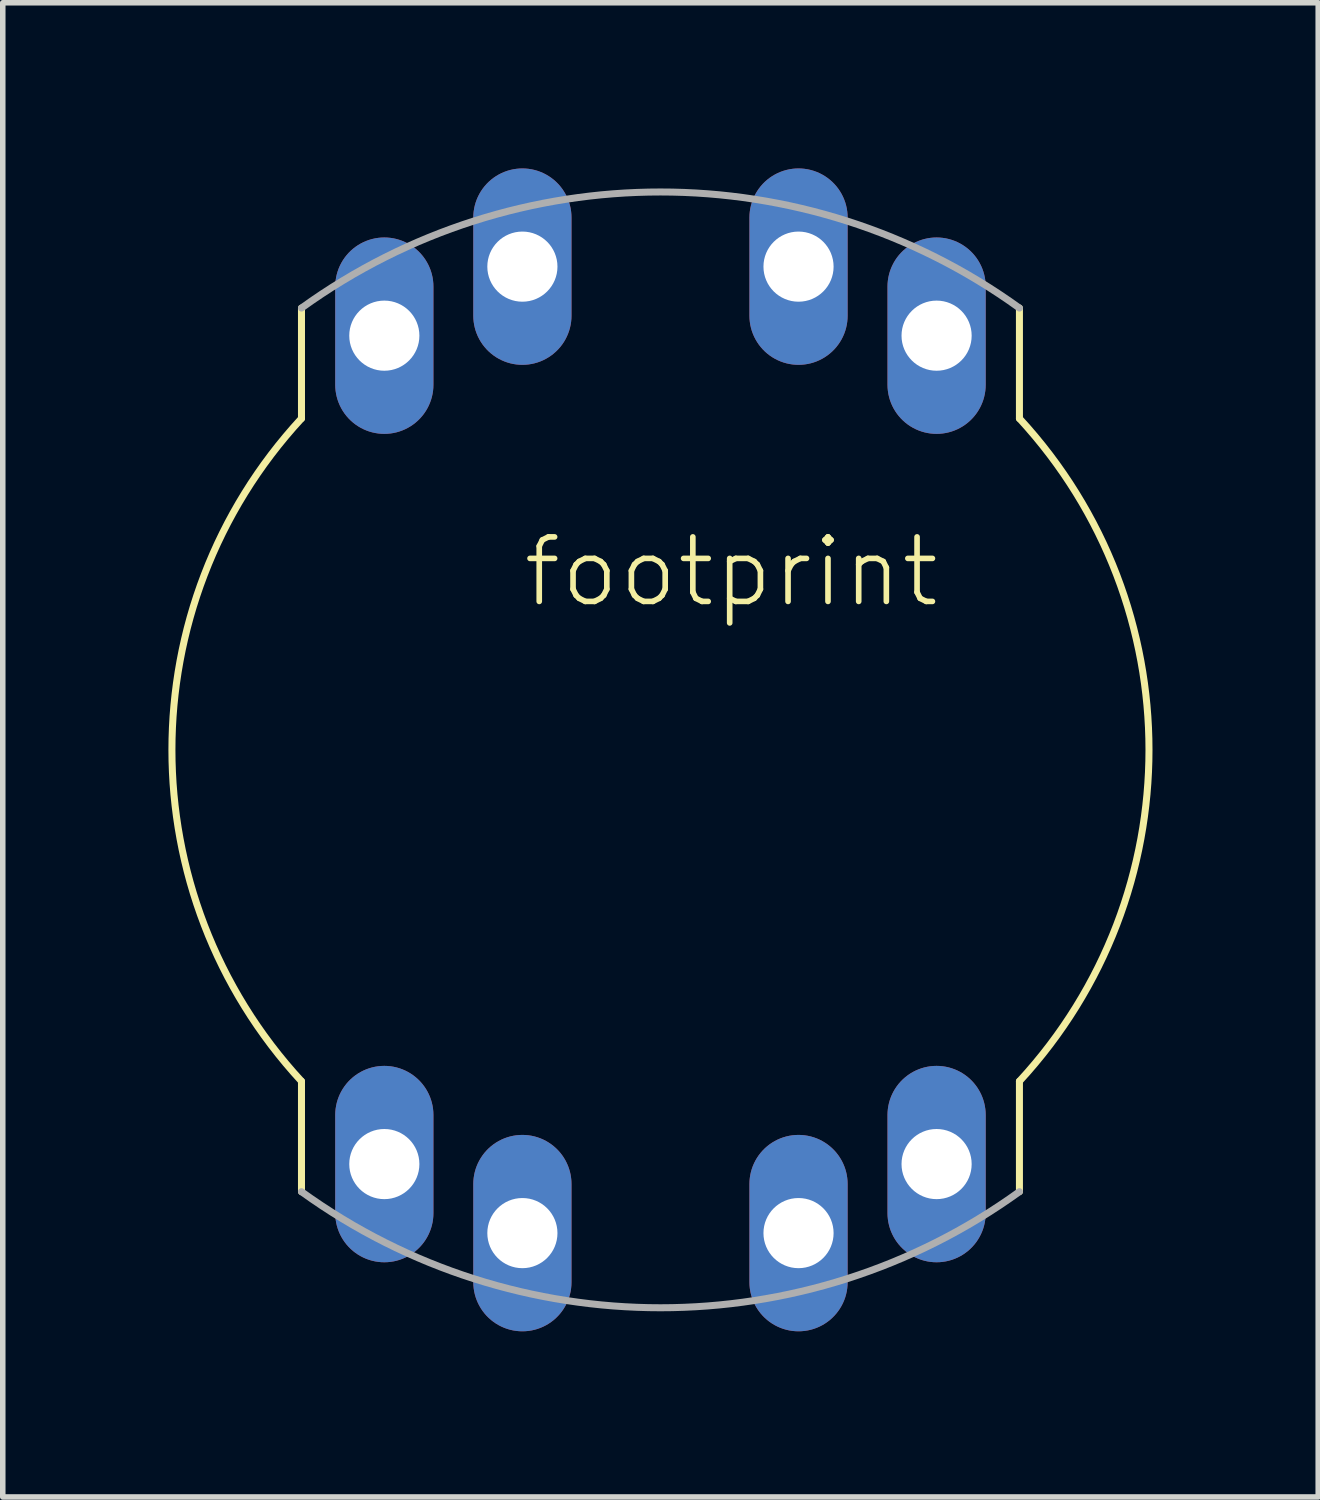
<source format=kicad_pcb>
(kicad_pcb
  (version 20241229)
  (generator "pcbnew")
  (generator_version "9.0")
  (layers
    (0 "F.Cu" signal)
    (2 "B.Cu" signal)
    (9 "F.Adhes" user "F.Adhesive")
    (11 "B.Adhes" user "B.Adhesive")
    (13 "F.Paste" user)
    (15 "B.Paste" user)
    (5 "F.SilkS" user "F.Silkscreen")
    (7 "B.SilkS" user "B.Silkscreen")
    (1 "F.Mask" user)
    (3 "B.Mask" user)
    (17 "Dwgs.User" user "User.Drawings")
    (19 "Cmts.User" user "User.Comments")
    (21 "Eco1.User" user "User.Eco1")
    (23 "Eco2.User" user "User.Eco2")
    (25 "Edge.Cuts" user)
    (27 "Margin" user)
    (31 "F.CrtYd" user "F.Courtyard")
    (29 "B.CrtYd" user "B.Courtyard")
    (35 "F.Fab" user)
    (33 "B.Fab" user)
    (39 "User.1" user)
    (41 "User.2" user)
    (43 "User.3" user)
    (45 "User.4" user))
  (footprint "footprint"
    (layer "F.Cu")
    (at 8.909 10.528)
    (property "Reference" "footprint" (at -2.54 -2.54 0) (layer "F.SilkS") (effects (font (size 1.168 1.168) (thickness 0.102)) (justify left bottom)))
    (fp_line (start -6.5 -6) (end -6.5 -8) (stroke (width 0.127) (type solid)) (layer "F.SilkS"))
    (fp_line (start -6.5 8) (end -6.5 6) (stroke (width 0.127) (type solid)) (layer "F.SilkS"))
    (fp_line (start 6.5 -6) (end 6.5 -8) (stroke (width 0.127) (type solid)) (layer "F.SilkS"))
    (fp_line (start 6.5 6) (end 6.5 8) (stroke (width 0.127) (type solid)) (layer "F.SilkS"))
    (fp_arc (start -6.5 6) (mid -8.845903 0) (end -6.5 -6) (stroke (width 0.127) (type solid)) (layer "F.SilkS"))
    (fp_arc (start 6.5 -6) (mid 8.845903 0) (end 6.5 6) (stroke (width 0.127) (type solid)) (layer "F.SilkS"))
    (fp_arc (start -6.5 -8) (mid -0.000001 -10.101802) (end 6.499999 -8.000001) (stroke (width 0.127) (type solid)) (layer "F.Fab"))
    (fp_arc (start 6.499999 8.000001) (mid -0.000001 10.101802) (end -6.5 8) (stroke (width 0.127) (type solid)) (layer "F.Fab"))
    (pad "1" thru_hole oval (at -5 -7.5 90) (size 3.556 1.778) (drill 1.27) (layers "*.Cu" "*.Mask"))
    (pad "2" thru_hole oval (at -5 7.5 90) (size 3.556 1.778) (drill 1.27) (layers "*.Cu" "*.Mask"))
    (pad "3" thru_hole oval (at 5 -7.5 90) (size 3.556 1.778) (drill 1.27) (layers "*.Cu" "*.Mask"))
    (pad "4" thru_hole oval (at 5 7.5 90) (size 3.556 1.778) (drill 1.27) (layers "*.Cu" "*.Mask"))
    (pad "5" thru_hole oval (at -2.5 -8.75 90) (size 3.556 1.778) (drill 1.27) (layers "*.Cu" "*.Mask"))
    (pad "6" thru_hole oval (at -2.5 8.75 90) (size 3.556 1.778) (drill 1.27) (layers "*.Cu" "*.Mask"))
    (pad "7" thru_hole oval (at 2.5 -8.75 90) (size 3.556 1.778) (drill 1.27) (layers "*.Cu" "*.Mask"))
    (pad "8" thru_hole oval (at 2.5 8.75 90) (size 3.556 1.778) (drill 1.27) (layers "*.Cu" "*.Mask")))
  (gr_rect
    (start -3 -3)
    (end 20.819 24.056)
    (stroke (width 0.1) (type default))
    (fill no)
    (layer "Edge.Cuts")))
</source>
